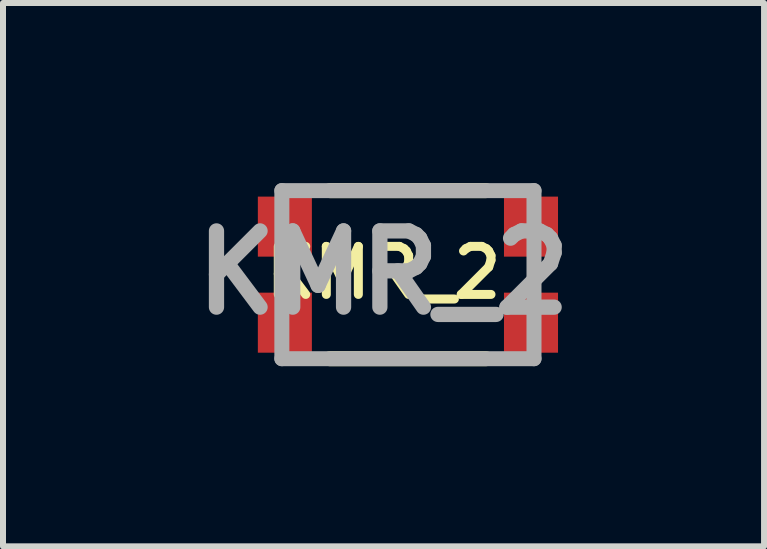
<source format=kicad_pcb>
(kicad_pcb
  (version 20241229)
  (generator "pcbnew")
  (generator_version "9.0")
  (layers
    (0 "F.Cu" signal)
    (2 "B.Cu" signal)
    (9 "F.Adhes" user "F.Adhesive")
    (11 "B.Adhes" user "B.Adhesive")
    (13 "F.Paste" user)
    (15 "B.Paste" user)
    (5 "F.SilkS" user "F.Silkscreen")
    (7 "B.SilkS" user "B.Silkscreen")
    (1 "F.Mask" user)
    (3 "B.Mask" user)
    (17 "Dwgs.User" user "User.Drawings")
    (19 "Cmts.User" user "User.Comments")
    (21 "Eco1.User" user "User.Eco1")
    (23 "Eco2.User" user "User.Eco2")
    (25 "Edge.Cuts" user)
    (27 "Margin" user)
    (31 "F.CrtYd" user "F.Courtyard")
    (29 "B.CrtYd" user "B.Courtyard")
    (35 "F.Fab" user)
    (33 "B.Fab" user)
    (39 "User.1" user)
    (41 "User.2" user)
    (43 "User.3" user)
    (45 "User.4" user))
  (footprint "KMR_2"
    (layer "F.Cu")
    (at 3.745 1.525)
    (property "Reference" "KMR_2" (at -0.407 -0.033 0) (layer "F.SilkS") (effects (font (size 0.8 0.8) (thickness 0.15) (bold yes))))
    (attr smd)
    (fp_line (start -1.3 -1.4) (end 1.3 -1.4) (stroke (width 0.25) (type solid)) (layer "F.SilkS"))
    (fp_line (start -1.3 1.4) (end 1.3 1.4) (stroke (width 0.25) (type solid)) (layer "F.SilkS"))
    (fp_line (start -2.1 -1.4) (end 2.1 -1.4) (stroke (width 0.25) (type solid)) (layer "F.Fab"))
    (fp_line (start -2.1 1.4) (end -2.1 -1.4) (stroke (width 0.25) (type solid)) (layer "F.Fab"))
    (fp_line (start 2.1 -1.4) (end 2.1 1.4) (stroke (width 0.25) (type solid)) (layer "F.Fab"))
    (fp_line (start 2.1 1.4) (end -2.1 1.4) (stroke (width 0.25) (type solid)) (layer "F.Fab"))
    (fp_text user "${REFERENCE}" (at -0.407 -0.033 0) (layer "F.Fab") (effects (font (size 1.27 1.27) (thickness 0.254))))
    (pad "1" smd rect (at -2.05 -0.8) (size 0.9 1) (layers "F.Cu" "F.Mask" "F.Paste"))
    (pad "1" smd rect (at 2.05 -0.8) (size 0.9 1) (layers "F.Cu" "F.Mask" "F.Paste"))
    (pad "2" smd rect (at -2.05 0.8) (size 0.9 1) (layers "F.Cu" "F.Mask" "F.Paste"))
    (pad "2" smd rect (at 2.05 0.8) (size 0.9 1) (layers "F.Cu" "F.Mask" "F.Paste")))
  (gr_rect
    (start -3 -3)
    (end 9.677 6.05)
    (stroke (width 0.1) (type default))
    (fill no)
    (layer "Edge.Cuts")))
</source>
